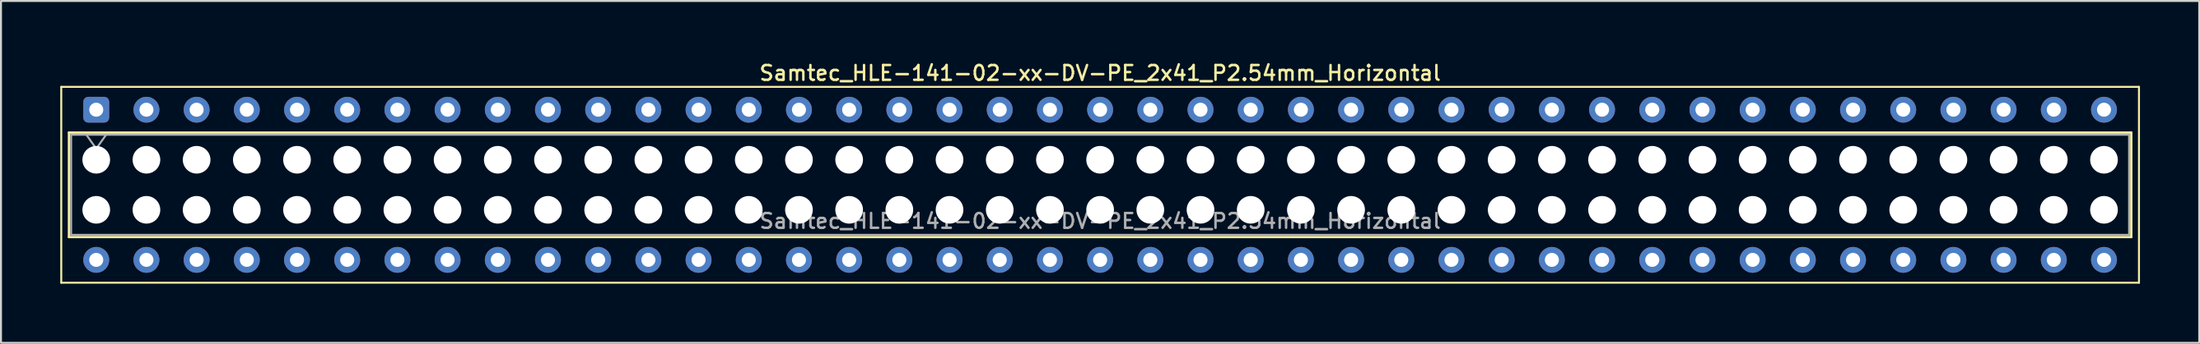
<source format=kicad_pcb>
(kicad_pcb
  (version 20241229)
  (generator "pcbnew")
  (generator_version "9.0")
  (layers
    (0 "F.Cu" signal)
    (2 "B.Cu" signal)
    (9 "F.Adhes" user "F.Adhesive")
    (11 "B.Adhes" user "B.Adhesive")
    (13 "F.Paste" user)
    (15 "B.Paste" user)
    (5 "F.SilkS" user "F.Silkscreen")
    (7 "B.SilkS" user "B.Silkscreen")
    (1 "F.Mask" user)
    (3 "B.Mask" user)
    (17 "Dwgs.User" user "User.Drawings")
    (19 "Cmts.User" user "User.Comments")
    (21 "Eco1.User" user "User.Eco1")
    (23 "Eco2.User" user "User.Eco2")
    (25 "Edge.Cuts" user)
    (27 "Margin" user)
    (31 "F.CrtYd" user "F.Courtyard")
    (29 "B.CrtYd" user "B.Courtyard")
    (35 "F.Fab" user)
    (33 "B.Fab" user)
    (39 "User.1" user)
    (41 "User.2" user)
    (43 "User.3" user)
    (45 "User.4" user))
  (footprint "Samtec_HLE-141-02-xx-DV-PE_2x41_P2.54mm_Horizontal"
    (layer "F.Cu")
    (at 1.82 2.518)
    (property "Reference" "Samtec_HLE-141-02-xx-DV-PE_2x41_P2.54mm_Horizontal" (at 50.8 -1.86 0) (layer "F.SilkS") (effects (font (size 0.75 0.75) (thickness 0.125))))
    (attr through_hole)
    (fp_line (start -1.77 -1.16) (end 103.37 -1.16) (stroke (width 0.1) (type solid)) (layer "F.SilkS"))
    (fp_line (start -1.77 8.78) (end -1.77 -1.16) (stroke (width 0.1) (type solid)) (layer "F.SilkS"))
    (fp_line (start -1.38 1.16) (end 102.98 1.16) (stroke (width 0.12) (type solid)) (layer "F.SilkS"))
    (fp_line (start -1.38 6.46) (end -1.38 1.16) (stroke (width 0.12) (type solid)) (layer "F.SilkS"))
    (fp_line (start 102.98 1.16) (end 102.98 6.46) (stroke (width 0.12) (type solid)) (layer "F.SilkS"))
    (fp_line (start 102.98 6.46) (end -1.38 6.46) (stroke (width 0.12) (type solid)) (layer "F.SilkS"))
    (fp_line (start 103.37 -1.16) (end 103.37 8.78) (stroke (width 0.1) (type solid)) (layer "F.SilkS"))
    (fp_line (start 103.37 8.78) (end -1.77 8.78) (stroke (width 0.1) (type solid)) (layer "F.SilkS"))
    (fp_line (start -1.27 1.27) (end 102.87 1.27) (stroke (width 0.1) (type solid)) (layer "F.Fab"))
    (fp_line (start -1.27 6.35) (end -1.27 1.27) (stroke (width 0.1) (type solid)) (layer "F.Fab"))
    (fp_line (start -0.5 1.27) (end 0 1.977) (stroke (width 0.1) (type solid)) (layer "F.Fab"))
    (fp_line (start 0 1.977) (end 0.5 1.27) (stroke (width 0.1) (type solid)) (layer "F.Fab"))
    (fp_line (start 102.87 1.27) (end 102.87 6.35) (stroke (width 0.1) (type solid)) (layer "F.Fab"))
    (fp_line (start 102.87 6.35) (end -1.27 6.35) (stroke (width 0.1) (type solid)) (layer "F.Fab"))
    (fp_text user "${REFERENCE}" (at 50.8 5.65 0) (layer "F.Fab") (effects (font (size 0.75 0.75) (thickness 0.125))))
    (pad "" np_thru_hole circle (at 0 2.54) (size 1.4 1.4) (drill 1.4) (layers "*.Cu" "*.Mask"))
    (pad "" np_thru_hole circle (at 0 5.08) (size 1.4 1.4) (drill 1.4) (layers "*.Cu" "*.Mask"))
    (pad "" np_thru_hole circle (at 2.54 2.54) (size 1.4 1.4) (drill 1.4) (layers "*.Cu" "*.Mask"))
    (pad "" np_thru_hole circle (at 2.54 5.08) (size 1.4 1.4) (drill 1.4) (layers "*.Cu" "*.Mask"))
    (pad "" np_thru_hole circle (at 5.08 2.54) (size 1.4 1.4) (drill 1.4) (layers "*.Cu" "*.Mask"))
    (pad "" np_thru_hole circle (at 5.08 5.08) (size 1.4 1.4) (drill 1.4) (layers "*.Cu" "*.Mask"))
    (pad "" np_thru_hole circle (at 7.62 2.54) (size 1.4 1.4) (drill 1.4) (layers "*.Cu" "*.Mask"))
    (pad "" np_thru_hole circle (at 7.62 5.08) (size 1.4 1.4) (drill 1.4) (layers "*.Cu" "*.Mask"))
    (pad "" np_thru_hole circle (at 10.16 2.54) (size 1.4 1.4) (drill 1.4) (layers "*.Cu" "*.Mask"))
    (pad "" np_thru_hole circle (at 10.16 5.08) (size 1.4 1.4) (drill 1.4) (layers "*.Cu" "*.Mask"))
    (pad "" np_thru_hole circle (at 12.7 2.54) (size 1.4 1.4) (drill 1.4) (layers "*.Cu" "*.Mask"))
    (pad "" np_thru_hole circle (at 12.7 5.08) (size 1.4 1.4) (drill 1.4) (layers "*.Cu" "*.Mask"))
    (pad "" np_thru_hole circle (at 15.24 2.54) (size 1.4 1.4) (drill 1.4) (layers "*.Cu" "*.Mask"))
    (pad "" np_thru_hole circle (at 15.24 5.08) (size 1.4 1.4) (drill 1.4) (layers "*.Cu" "*.Mask"))
    (pad "" np_thru_hole circle (at 17.78 2.54) (size 1.4 1.4) (drill 1.4) (layers "*.Cu" "*.Mask"))
    (pad "" np_thru_hole circle (at 17.78 5.08) (size 1.4 1.4) (drill 1.4) (layers "*.Cu" "*.Mask"))
    (pad "" np_thru_hole circle (at 20.32 2.54) (size 1.4 1.4) (drill 1.4) (layers "*.Cu" "*.Mask"))
    (pad "" np_thru_hole circle (at 20.32 5.08) (size 1.4 1.4) (drill 1.4) (layers "*.Cu" "*.Mask"))
    (pad "" np_thru_hole circle (at 22.86 2.54) (size 1.4 1.4) (drill 1.4) (layers "*.Cu" "*.Mask"))
    (pad "" np_thru_hole circle (at 22.86 5.08) (size 1.4 1.4) (drill 1.4) (layers "*.Cu" "*.Mask"))
    (pad "" np_thru_hole circle (at 25.4 2.54) (size 1.4 1.4) (drill 1.4) (layers "*.Cu" "*.Mask"))
    (pad "" np_thru_hole circle (at 25.4 5.08) (size 1.4 1.4) (drill 1.4) (layers "*.Cu" "*.Mask"))
    (pad "" np_thru_hole circle (at 27.94 2.54) (size 1.4 1.4) (drill 1.4) (layers "*.Cu" "*.Mask"))
    (pad "" np_thru_hole circle (at 27.94 5.08) (size 1.4 1.4) (drill 1.4) (layers "*.Cu" "*.Mask"))
    (pad "" np_thru_hole circle (at 30.48 2.54) (size 1.4 1.4) (drill 1.4) (layers "*.Cu" "*.Mask"))
    (pad "" np_thru_hole circle (at 30.48 5.08) (size 1.4 1.4) (drill 1.4) (layers "*.Cu" "*.Mask"))
    (pad "" np_thru_hole circle (at 33.02 2.54) (size 1.4 1.4) (drill 1.4) (layers "*.Cu" "*.Mask"))
    (pad "" np_thru_hole circle (at 33.02 5.08) (size 1.4 1.4) (drill 1.4) (layers "*.Cu" "*.Mask"))
    (pad "" np_thru_hole circle (at 35.56 2.54) (size 1.4 1.4) (drill 1.4) (layers "*.Cu" "*.Mask"))
    (pad "" np_thru_hole circle (at 35.56 5.08) (size 1.4 1.4) (drill 1.4) (layers "*.Cu" "*.Mask"))
    (pad "" np_thru_hole circle (at 38.1 2.54) (size 1.4 1.4) (drill 1.4) (layers "*.Cu" "*.Mask"))
    (pad "" np_thru_hole circle (at 38.1 5.08) (size 1.4 1.4) (drill 1.4) (layers "*.Cu" "*.Mask"))
    (pad "" np_thru_hole circle (at 40.64 2.54) (size 1.4 1.4) (drill 1.4) (layers "*.Cu" "*.Mask"))
    (pad "" np_thru_hole circle (at 40.64 5.08) (size 1.4 1.4) (drill 1.4) (layers "*.Cu" "*.Mask"))
    (pad "" np_thru_hole circle (at 43.18 2.54) (size 1.4 1.4) (drill 1.4) (layers "*.Cu" "*.Mask"))
    (pad "" np_thru_hole circle (at 43.18 5.08) (size 1.4 1.4) (drill 1.4) (layers "*.Cu" "*.Mask"))
    (pad "" np_thru_hole circle (at 45.72 2.54) (size 1.4 1.4) (drill 1.4) (layers "*.Cu" "*.Mask"))
    (pad "" np_thru_hole circle (at 45.72 5.08) (size 1.4 1.4) (drill 1.4) (layers "*.Cu" "*.Mask"))
    (pad "" np_thru_hole circle (at 48.26 2.54) (size 1.4 1.4) (drill 1.4) (layers "*.Cu" "*.Mask"))
    (pad "" np_thru_hole circle (at 48.26 5.08) (size 1.4 1.4) (drill 1.4) (layers "*.Cu" "*.Mask"))
    (pad "" np_thru_hole circle (at 50.8 2.54) (size 1.4 1.4) (drill 1.4) (layers "*.Cu" "*.Mask"))
    (pad "" np_thru_hole circle (at 50.8 5.08) (size 1.4 1.4) (drill 1.4) (layers "*.Cu" "*.Mask"))
    (pad "" np_thru_hole circle (at 53.34 2.54) (size 1.4 1.4) (drill 1.4) (layers "*.Cu" "*.Mask"))
    (pad "" np_thru_hole circle (at 53.34 5.08) (size 1.4 1.4) (drill 1.4) (layers "*.Cu" "*.Mask"))
    (pad "" np_thru_hole circle (at 55.88 2.54) (size 1.4 1.4) (drill 1.4) (layers "*.Cu" "*.Mask"))
    (pad "" np_thru_hole circle (at 55.88 5.08) (size 1.4 1.4) (drill 1.4) (layers "*.Cu" "*.Mask"))
    (pad "" np_thru_hole circle (at 58.42 2.54) (size 1.4 1.4) (drill 1.4) (layers "*.Cu" "*.Mask"))
    (pad "" np_thru_hole circle (at 58.42 5.08) (size 1.4 1.4) (drill 1.4) (layers "*.Cu" "*.Mask"))
    (pad "" np_thru_hole circle (at 60.96 2.54) (size 1.4 1.4) (drill 1.4) (layers "*.Cu" "*.Mask"))
    (pad "" np_thru_hole circle (at 60.96 5.08) (size 1.4 1.4) (drill 1.4) (layers "*.Cu" "*.Mask"))
    (pad "" np_thru_hole circle (at 63.5 2.54) (size 1.4 1.4) (drill 1.4) (layers "*.Cu" "*.Mask"))
    (pad "" np_thru_hole circle (at 63.5 5.08) (size 1.4 1.4) (drill 1.4) (layers "*.Cu" "*.Mask"))
    (pad "" np_thru_hole circle (at 66.04 2.54) (size 1.4 1.4) (drill 1.4) (layers "*.Cu" "*.Mask"))
    (pad "" np_thru_hole circle (at 66.04 5.08) (size 1.4 1.4) (drill 1.4) (layers "*.Cu" "*.Mask"))
    (pad "" np_thru_hole circle (at 68.58 2.54) (size 1.4 1.4) (drill 1.4) (layers "*.Cu" "*.Mask"))
    (pad "" np_thru_hole circle (at 68.58 5.08) (size 1.4 1.4) (drill 1.4) (layers "*.Cu" "*.Mask"))
    (pad "" np_thru_hole circle (at 71.12 2.54) (size 1.4 1.4) (drill 1.4) (layers "*.Cu" "*.Mask"))
    (pad "" np_thru_hole circle (at 71.12 5.08) (size 1.4 1.4) (drill 1.4) (layers "*.Cu" "*.Mask"))
    (pad "" np_thru_hole circle (at 73.66 2.54) (size 1.4 1.4) (drill 1.4) (layers "*.Cu" "*.Mask"))
    (pad "" np_thru_hole circle (at 73.66 5.08) (size 1.4 1.4) (drill 1.4) (layers "*.Cu" "*.Mask"))
    (pad "" np_thru_hole circle (at 76.2 2.54) (size 1.4 1.4) (drill 1.4) (layers "*.Cu" "*.Mask"))
    (pad "" np_thru_hole circle (at 76.2 5.08) (size 1.4 1.4) (drill 1.4) (layers "*.Cu" "*.Mask"))
    (pad "" np_thru_hole circle (at 78.74 2.54) (size 1.4 1.4) (drill 1.4) (layers "*.Cu" "*.Mask"))
    (pad "" np_thru_hole circle (at 78.74 5.08) (size 1.4 1.4) (drill 1.4) (layers "*.Cu" "*.Mask"))
    (pad "" np_thru_hole circle (at 81.28 2.54) (size 1.4 1.4) (drill 1.4) (layers "*.Cu" "*.Mask"))
    (pad "" np_thru_hole circle (at 81.28 5.08) (size 1.4 1.4) (drill 1.4) (layers "*.Cu" "*.Mask"))
    (pad "" np_thru_hole circle (at 83.82 2.54) (size 1.4 1.4) (drill 1.4) (layers "*.Cu" "*.Mask"))
    (pad "" np_thru_hole circle (at 83.82 5.08) (size 1.4 1.4) (drill 1.4) (layers "*.Cu" "*.Mask"))
    (pad "" np_thru_hole circle (at 86.36 2.54) (size 1.4 1.4) (drill 1.4) (layers "*.Cu" "*.Mask"))
    (pad "" np_thru_hole circle (at 86.36 5.08) (size 1.4 1.4) (drill 1.4) (layers "*.Cu" "*.Mask"))
    (pad "" np_thru_hole circle (at 88.9 2.54) (size 1.4 1.4) (drill 1.4) (layers "*.Cu" "*.Mask"))
    (pad "" np_thru_hole circle (at 88.9 5.08) (size 1.4 1.4) (drill 1.4) (layers "*.Cu" "*.Mask"))
    (pad "" np_thru_hole circle (at 91.44 2.54) (size 1.4 1.4) (drill 1.4) (layers "*.Cu" "*.Mask"))
    (pad "" np_thru_hole circle (at 91.44 5.08) (size 1.4 1.4) (drill 1.4) (layers "*.Cu" "*.Mask"))
    (pad "" np_thru_hole circle (at 93.98 2.54) (size 1.4 1.4) (drill 1.4) (layers "*.Cu" "*.Mask"))
    (pad "" np_thru_hole circle (at 93.98 5.08) (size 1.4 1.4) (drill 1.4) (layers "*.Cu" "*.Mask"))
    (pad "" np_thru_hole circle (at 96.52 2.54) (size 1.4 1.4) (drill 1.4) (layers "*.Cu" "*.Mask"))
    (pad "" np_thru_hole circle (at 96.52 5.08) (size 1.4 1.4) (drill 1.4) (layers "*.Cu" "*.Mask"))
    (pad "" np_thru_hole circle (at 99.06 2.54) (size 1.4 1.4) (drill 1.4) (layers "*.Cu" "*.Mask"))
    (pad "" np_thru_hole circle (at 99.06 5.08) (size 1.4 1.4) (drill 1.4) (layers "*.Cu" "*.Mask"))
    (pad "" np_thru_hole circle (at 101.6 2.54) (size 1.4 1.4) (drill 1.4) (layers "*.Cu" "*.Mask"))
    (pad "" np_thru_hole circle (at 101.6 5.08) (size 1.4 1.4) (drill 1.4) (layers "*.Cu" "*.Mask"))
    (pad "1" thru_hole roundrect (at 0 0) (size 1.31 1.31) (drill 0.71) (layers "*.Cu" "*.Mask") (roundrect_rratio 0.191))
    (pad "2" thru_hole circle (at 0 7.62) (size 1.31 1.31) (drill 0.71) (layers "*.Cu" "*.Mask"))
    (pad "3" thru_hole circle (at 2.54 0) (size 1.31 1.31) (drill 0.71) (layers "*.Cu" "*.Mask"))
    (pad "4" thru_hole circle (at 2.54 7.62) (size 1.31 1.31) (drill 0.71) (layers "*.Cu" "*.Mask"))
    (pad "5" thru_hole circle (at 5.08 0) (size 1.31 1.31) (drill 0.71) (layers "*.Cu" "*.Mask"))
    (pad "6" thru_hole circle (at 5.08 7.62) (size 1.31 1.31) (drill 0.71) (layers "*.Cu" "*.Mask"))
    (pad "7" thru_hole circle (at 7.62 0) (size 1.31 1.31) (drill 0.71) (layers "*.Cu" "*.Mask"))
    (pad "8" thru_hole circle (at 7.62 7.62) (size 1.31 1.31) (drill 0.71) (layers "*.Cu" "*.Mask"))
    (pad "9" thru_hole circle (at 10.16 0) (size 1.31 1.31) (drill 0.71) (layers "*.Cu" "*.Mask"))
    (pad "10" thru_hole circle (at 10.16 7.62) (size 1.31 1.31) (drill 0.71) (layers "*.Cu" "*.Mask"))
    (pad "11" thru_hole circle (at 12.7 0) (size 1.31 1.31) (drill 0.71) (layers "*.Cu" "*.Mask"))
    (pad "12" thru_hole circle (at 12.7 7.62) (size 1.31 1.31) (drill 0.71) (layers "*.Cu" "*.Mask"))
    (pad "13" thru_hole circle (at 15.24 0) (size 1.31 1.31) (drill 0.71) (layers "*.Cu" "*.Mask"))
    (pad "14" thru_hole circle (at 15.24 7.62) (size 1.31 1.31) (drill 0.71) (layers "*.Cu" "*.Mask"))
    (pad "15" thru_hole circle (at 17.78 0) (size 1.31 1.31) (drill 0.71) (layers "*.Cu" "*.Mask"))
    (pad "16" thru_hole circle (at 17.78 7.62) (size 1.31 1.31) (drill 0.71) (layers "*.Cu" "*.Mask"))
    (pad "17" thru_hole circle (at 20.32 0) (size 1.31 1.31) (drill 0.71) (layers "*.Cu" "*.Mask"))
    (pad "18" thru_hole circle (at 20.32 7.62) (size 1.31 1.31) (drill 0.71) (layers "*.Cu" "*.Mask"))
    (pad "19" thru_hole circle (at 22.86 0) (size 1.31 1.31) (drill 0.71) (layers "*.Cu" "*.Mask"))
    (pad "20" thru_hole circle (at 22.86 7.62) (size 1.31 1.31) (drill 0.71) (layers "*.Cu" "*.Mask"))
    (pad "21" thru_hole circle (at 25.4 0) (size 1.31 1.31) (drill 0.71) (layers "*.Cu" "*.Mask"))
    (pad "22" thru_hole circle (at 25.4 7.62) (size 1.31 1.31) (drill 0.71) (layers "*.Cu" "*.Mask"))
    (pad "23" thru_hole circle (at 27.94 0) (size 1.31 1.31) (drill 0.71) (layers "*.Cu" "*.Mask"))
    (pad "24" thru_hole circle (at 27.94 7.62) (size 1.31 1.31) (drill 0.71) (layers "*.Cu" "*.Mask"))
    (pad "25" thru_hole circle (at 30.48 0) (size 1.31 1.31) (drill 0.71) (layers "*.Cu" "*.Mask"))
    (pad "26" thru_hole circle (at 30.48 7.62) (size 1.31 1.31) (drill 0.71) (layers "*.Cu" "*.Mask"))
    (pad "27" thru_hole circle (at 33.02 0) (size 1.31 1.31) (drill 0.71) (layers "*.Cu" "*.Mask"))
    (pad "28" thru_hole circle (at 33.02 7.62) (size 1.31 1.31) (drill 0.71) (layers "*.Cu" "*.Mask"))
    (pad "29" thru_hole circle (at 35.56 0) (size 1.31 1.31) (drill 0.71) (layers "*.Cu" "*.Mask"))
    (pad "30" thru_hole circle (at 35.56 7.62) (size 1.31 1.31) (drill 0.71) (layers "*.Cu" "*.Mask"))
    (pad "31" thru_hole circle (at 38.1 0) (size 1.31 1.31) (drill 0.71) (layers "*.Cu" "*.Mask"))
    (pad "32" thru_hole circle (at 38.1 7.62) (size 1.31 1.31) (drill 0.71) (layers "*.Cu" "*.Mask"))
    (pad "33" thru_hole circle (at 40.64 0) (size 1.31 1.31) (drill 0.71) (layers "*.Cu" "*.Mask"))
    (pad "34" thru_hole circle (at 40.64 7.62) (size 1.31 1.31) (drill 0.71) (layers "*.Cu" "*.Mask"))
    (pad "35" thru_hole circle (at 43.18 0) (size 1.31 1.31) (drill 0.71) (layers "*.Cu" "*.Mask"))
    (pad "36" thru_hole circle (at 43.18 7.62) (size 1.31 1.31) (drill 0.71) (layers "*.Cu" "*.Mask"))
    (pad "37" thru_hole circle (at 45.72 0) (size 1.31 1.31) (drill 0.71) (layers "*.Cu" "*.Mask"))
    (pad "38" thru_hole circle (at 45.72 7.62) (size 1.31 1.31) (drill 0.71) (layers "*.Cu" "*.Mask"))
    (pad "39" thru_hole circle (at 48.26 0) (size 1.31 1.31) (drill 0.71) (layers "*.Cu" "*.Mask"))
    (pad "40" thru_hole circle (at 48.26 7.62) (size 1.31 1.31) (drill 0.71) (layers "*.Cu" "*.Mask"))
    (pad "41" thru_hole circle (at 50.8 0) (size 1.31 1.31) (drill 0.71) (layers "*.Cu" "*.Mask"))
    (pad "42" thru_hole circle (at 50.8 7.62) (size 1.31 1.31) (drill 0.71) (layers "*.Cu" "*.Mask"))
    (pad "43" thru_hole circle (at 53.34 0) (size 1.31 1.31) (drill 0.71) (layers "*.Cu" "*.Mask"))
    (pad "44" thru_hole circle (at 53.34 7.62) (size 1.31 1.31) (drill 0.71) (layers "*.Cu" "*.Mask"))
    (pad "45" thru_hole circle (at 55.88 0) (size 1.31 1.31) (drill 0.71) (layers "*.Cu" "*.Mask"))
    (pad "46" thru_hole circle (at 55.88 7.62) (size 1.31 1.31) (drill 0.71) (layers "*.Cu" "*.Mask"))
    (pad "47" thru_hole circle (at 58.42 0) (size 1.31 1.31) (drill 0.71) (layers "*.Cu" "*.Mask"))
    (pad "48" thru_hole circle (at 58.42 7.62) (size 1.31 1.31) (drill 0.71) (layers "*.Cu" "*.Mask"))
    (pad "49" thru_hole circle (at 60.96 0) (size 1.31 1.31) (drill 0.71) (layers "*.Cu" "*.Mask"))
    (pad "50" thru_hole circle (at 60.96 7.62) (size 1.31 1.31) (drill 0.71) (layers "*.Cu" "*.Mask"))
    (pad "51" thru_hole circle (at 63.5 0) (size 1.31 1.31) (drill 0.71) (layers "*.Cu" "*.Mask"))
    (pad "52" thru_hole circle (at 63.5 7.62) (size 1.31 1.31) (drill 0.71) (layers "*.Cu" "*.Mask"))
    (pad "53" thru_hole circle (at 66.04 0) (size 1.31 1.31) (drill 0.71) (layers "*.Cu" "*.Mask"))
    (pad "54" thru_hole circle (at 66.04 7.62) (size 1.31 1.31) (drill 0.71) (layers "*.Cu" "*.Mask"))
    (pad "55" thru_hole circle (at 68.58 0) (size 1.31 1.31) (drill 0.71) (layers "*.Cu" "*.Mask"))
    (pad "56" thru_hole circle (at 68.58 7.62) (size 1.31 1.31) (drill 0.71) (layers "*.Cu" "*.Mask"))
    (pad "57" thru_hole circle (at 71.12 0) (size 1.31 1.31) (drill 0.71) (layers "*.Cu" "*.Mask"))
    (pad "58" thru_hole circle (at 71.12 7.62) (size 1.31 1.31) (drill 0.71) (layers "*.Cu" "*.Mask"))
    (pad "59" thru_hole circle (at 73.66 0) (size 1.31 1.31) (drill 0.71) (layers "*.Cu" "*.Mask"))
    (pad "60" thru_hole circle (at 73.66 7.62) (size 1.31 1.31) (drill 0.71) (layers "*.Cu" "*.Mask"))
    (pad "61" thru_hole circle (at 76.2 0) (size 1.31 1.31) (drill 0.71) (layers "*.Cu" "*.Mask"))
    (pad "62" thru_hole circle (at 76.2 7.62) (size 1.31 1.31) (drill 0.71) (layers "*.Cu" "*.Mask"))
    (pad "63" thru_hole circle (at 78.74 0) (size 1.31 1.31) (drill 0.71) (layers "*.Cu" "*.Mask"))
    (pad "64" thru_hole circle (at 78.74 7.62) (size 1.31 1.31) (drill 0.71) (layers "*.Cu" "*.Mask"))
    (pad "65" thru_hole circle (at 81.28 0) (size 1.31 1.31) (drill 0.71) (layers "*.Cu" "*.Mask"))
    (pad "66" thru_hole circle (at 81.28 7.62) (size 1.31 1.31) (drill 0.71) (layers "*.Cu" "*.Mask"))
    (pad "67" thru_hole circle (at 83.82 0) (size 1.31 1.31) (drill 0.71) (layers "*.Cu" "*.Mask"))
    (pad "68" thru_hole circle (at 83.82 7.62) (size 1.31 1.31) (drill 0.71) (layers "*.Cu" "*.Mask"))
    (pad "69" thru_hole circle (at 86.36 0) (size 1.31 1.31) (drill 0.71) (layers "*.Cu" "*.Mask"))
    (pad "70" thru_hole circle (at 86.36 7.62) (size 1.31 1.31) (drill 0.71) (layers "*.Cu" "*.Mask"))
    (pad "71" thru_hole circle (at 88.9 0) (size 1.31 1.31) (drill 0.71) (layers "*.Cu" "*.Mask"))
    (pad "72" thru_hole circle (at 88.9 7.62) (size 1.31 1.31) (drill 0.71) (layers "*.Cu" "*.Mask"))
    (pad "73" thru_hole circle (at 91.44 0) (size 1.31 1.31) (drill 0.71) (layers "*.Cu" "*.Mask"))
    (pad "74" thru_hole circle (at 91.44 7.62) (size 1.31 1.31) (drill 0.71) (layers "*.Cu" "*.Mask"))
    (pad "75" thru_hole circle (at 93.98 0) (size 1.31 1.31) (drill 0.71) (layers "*.Cu" "*.Mask"))
    (pad "76" thru_hole circle (at 93.98 7.62) (size 1.31 1.31) (drill 0.71) (layers "*.Cu" "*.Mask"))
    (pad "77" thru_hole circle (at 96.52 0) (size 1.31 1.31) (drill 0.71) (layers "*.Cu" "*.Mask"))
    (pad "78" thru_hole circle (at 96.52 7.62) (size 1.31 1.31) (drill 0.71) (layers "*.Cu" "*.Mask"))
    (pad "79" thru_hole circle (at 99.06 0) (size 1.31 1.31) (drill 0.71) (layers "*.Cu" "*.Mask"))
    (pad "80" thru_hole circle (at 99.06 7.62) (size 1.31 1.31) (drill 0.71) (layers "*.Cu" "*.Mask"))
    (pad "81" thru_hole circle (at 101.6 0) (size 1.31 1.31) (drill 0.71) (layers "*.Cu" "*.Mask"))
    (pad "82" thru_hole circle (at 101.6 7.62) (size 1.31 1.31) (drill 0.71) (layers "*.Cu" "*.Mask")))
  (gr_rect
    (start -3 -3)
    (end 108.24 14.348)
    (stroke (width 0.1) (type default))
    (fill no)
    (layer "Edge.Cuts")))
</source>
